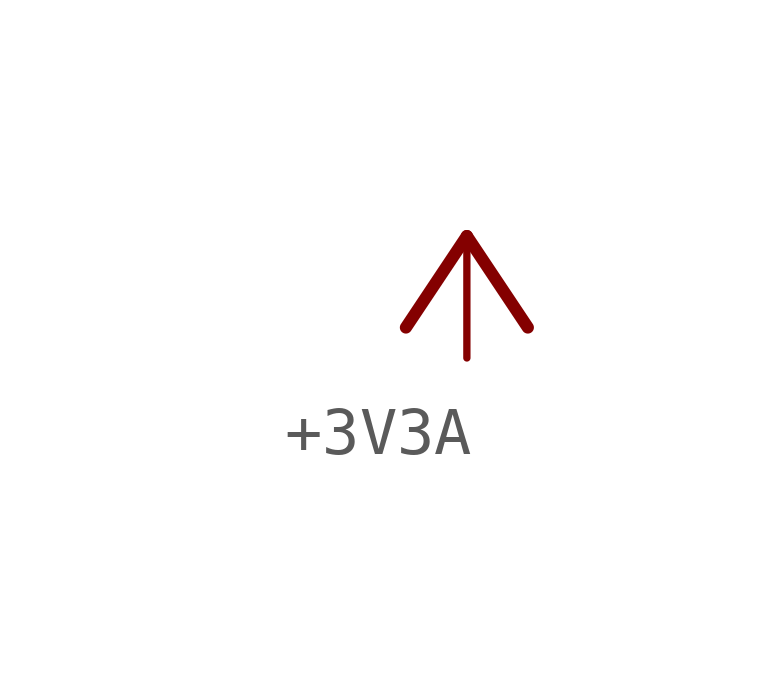
<source format=kicad_sym>
(kicad_symbol_lib
  (version 20241209)
  (generator "kicad_symbol_editor")
  (generator_version "9.0")
  (symbol "+3V3A"
    (power)
    (property "Reference" "#+3V3A"
      (at 0 0 0)
      (effects (font (size 1.27 1.27)) (hide yes)))
    (property "Value" ""
      (at -5.08 2.54 0)
      (effects (font (size 1.778 1.511)) (justify left bottom)))
    (property "ki_locked" ""
      (at 0 0 0)
      (effects (font (size 1.27 1.27))))
    (symbol "+3V3A_1_0"
      (polyline (pts (xy 0 2.54) (xy -1.27 0.635)) (stroke (width 0.254) (type solid)) (fill (type none)))
      (polyline (pts (xy 1.27 0.635) (xy 0 2.54)) (stroke (width 0.254) (type solid)) (fill (type none)))
      (pin power_in line (at 0 0 90) (length 2.54) (name "+3V3A" (effects (font (size 0 0)))) (number "1" (effects (font (size 0 0))))))))
</source>
